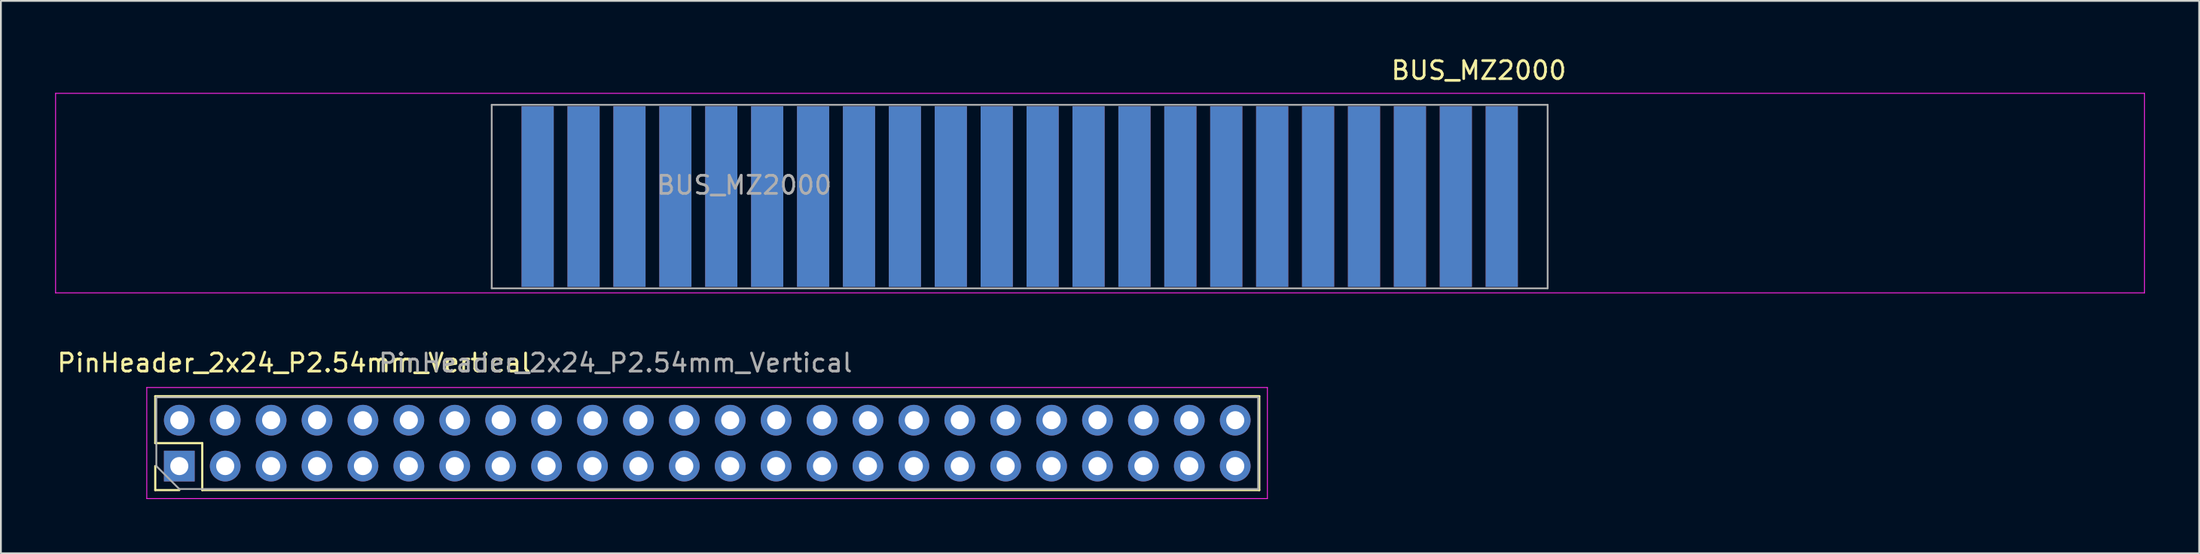
<source format=kicad_pcb>
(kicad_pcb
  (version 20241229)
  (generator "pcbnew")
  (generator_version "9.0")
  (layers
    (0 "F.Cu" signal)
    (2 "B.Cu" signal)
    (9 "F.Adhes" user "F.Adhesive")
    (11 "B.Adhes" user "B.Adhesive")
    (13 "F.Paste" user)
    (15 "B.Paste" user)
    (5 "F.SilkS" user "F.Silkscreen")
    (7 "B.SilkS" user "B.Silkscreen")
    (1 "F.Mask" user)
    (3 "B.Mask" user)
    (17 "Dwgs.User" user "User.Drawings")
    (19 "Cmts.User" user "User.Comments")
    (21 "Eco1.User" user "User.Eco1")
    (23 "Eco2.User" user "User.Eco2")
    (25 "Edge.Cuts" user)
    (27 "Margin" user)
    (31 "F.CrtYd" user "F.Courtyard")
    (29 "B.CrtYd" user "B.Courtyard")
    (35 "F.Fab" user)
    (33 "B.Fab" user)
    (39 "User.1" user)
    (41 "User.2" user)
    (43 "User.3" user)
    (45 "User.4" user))
  (footprint "PinHeader_2x24_P2.54mm_Vertical"
    (layer "F.Cu")
    (at 36.08 21.482)
    (property "Reference" "PinHeader_2x24_P2.54mm_Vertical" (at -22.86 -4.445 0) (layer "F.SilkS") (effects (font (size 1 1) (thickness 0.15))))
    (attr through_hole)
    (fp_line (start -30.54 -2.6) (end 30.54 -2.6) (stroke (width 0.12) (type solid)) (layer "F.SilkS"))
    (fp_line (start -30.54 0) (end -30.54 -2.6) (stroke (width 0.12) (type solid)) (layer "F.SilkS"))
    (fp_line (start -30.54 2.6) (end -30.54 1.27) (stroke (width 0.12) (type solid)) (layer "F.SilkS"))
    (fp_line (start -29.21 2.6) (end -30.54 2.6) (stroke (width 0.12) (type solid)) (layer "F.SilkS"))
    (fp_line (start -27.94 0) (end -30.54 0) (stroke (width 0.12) (type solid)) (layer "F.SilkS"))
    (fp_line (start -27.94 2.6) (end -27.94 0) (stroke (width 0.12) (type solid)) (layer "F.SilkS"))
    (fp_line (start -27.94 2.6) (end 30.54 2.6) (stroke (width 0.12) (type solid)) (layer "F.SilkS"))
    (fp_line (start 30.54 2.6) (end 30.54 -2.6) (stroke (width 0.12) (type solid)) (layer "F.SilkS"))
    (fp_line (start -31.01 -3.08) (end -31.01 3.07) (stroke (width 0.05) (type solid)) (layer "F.CrtYd"))
    (fp_line (start -31.01 3.07) (end 30.99 3.07) (stroke (width 0.05) (type solid)) (layer "F.CrtYd"))
    (fp_line (start 30.99 -3.08) (end -31.01 -3.08) (stroke (width 0.05) (type solid)) (layer "F.CrtYd"))
    (fp_line (start 30.99 3.07) (end 30.99 -3.08) (stroke (width 0.05) (type solid)) (layer "F.CrtYd"))
    (fp_line (start -30.48 -2.54) (end 30.48 -2.54) (stroke (width 0.1) (type solid)) (layer "F.Fab"))
    (fp_line (start -30.48 1.27) (end -30.48 -2.54) (stroke (width 0.1) (type solid)) (layer "F.Fab"))
    (fp_line (start -29.21 2.54) (end -30.48 1.27) (stroke (width 0.1) (type solid)) (layer "F.Fab"))
    (fp_line (start 30.48 -2.54) (end 30.48 2.54) (stroke (width 0.1) (type solid)) (layer "F.Fab"))
    (fp_line (start 30.48 2.54) (end -29.21 2.54) (stroke (width 0.1) (type solid)) (layer "F.Fab"))
    (fp_text user "${REFERENCE}" (at -5.08 -4.445 180) (layer "F.Fab") (effects (font (size 1 1) (thickness 0.15))))
    (pad "45" thru_hole oval (at 26.67 1.27 90) (size 1.7 1.7) (drill 1) (layers "*.Cu" "*.Mask"))
    (pad "46" thru_hole oval (at 26.67 -1.27 90) (size 1.7 1.7) (drill 1) (layers "*.Cu" "*.Mask"))
    (pad "47" thru_hole oval (at 29.21 1.27 90) (size 1.7 1.7) (drill 1) (layers "*.Cu" "*.Mask"))
    (pad "48" thru_hole oval (at 29.21 -1.27 90) (size 1.7 1.7) (drill 1) (layers "*.Cu" "*.Mask"))
    (pad "a1" thru_hole oval (at -29.21 -1.27 90) (size 1.7 1.7) (drill 1) (layers "*.Cu" "*.Mask"))
    (pad "a2" thru_hole oval (at -26.67 -1.27 90) (size 1.7 1.7) (drill 1) (layers "*.Cu" "*.Mask"))
    (pad "a3" thru_hole oval (at -24.13 -1.27 90) (size 1.7 1.7) (drill 1) (layers "*.Cu" "*.Mask"))
    (pad "a4" thru_hole oval (at -21.59 -1.27 90) (size 1.7 1.7) (drill 1) (layers "*.Cu" "*.Mask"))
    (pad "a5" thru_hole oval (at -19.05 -1.27 90) (size 1.7 1.7) (drill 1) (layers "*.Cu" "*.Mask"))
    (pad "a6" thru_hole oval (at -16.51 -1.27 90) (size 1.7 1.7) (drill 1) (layers "*.Cu" "*.Mask"))
    (pad "a7" thru_hole oval (at -13.97 -1.27 90) (size 1.7 1.7) (drill 1) (layers "*.Cu" "*.Mask"))
    (pad "a8" thru_hole oval (at -11.43 -1.27 90) (size 1.7 1.7) (drill 1) (layers "*.Cu" "*.Mask"))
    (pad "a9" thru_hole oval (at -8.89 -1.27 90) (size 1.7 1.7) (drill 1) (layers "*.Cu" "*.Mask"))
    (pad "a10" thru_hole oval (at -6.35 -1.27 90) (size 1.7 1.7) (drill 1) (layers "*.Cu" "*.Mask"))
    (pad "a11" thru_hole oval (at -3.81 -1.27 90) (size 1.7 1.7) (drill 1) (layers "*.Cu" "*.Mask"))
    (pad "a12" thru_hole oval (at -1.27 -1.27 90) (size 1.7 1.7) (drill 1) (layers "*.Cu" "*.Mask"))
    (pad "a13" thru_hole oval (at 1.27 -1.27 90) (size 1.7 1.7) (drill 1) (layers "*.Cu" "*.Mask"))
    (pad "a14" thru_hole oval (at 3.81 -1.27 90) (size 1.7 1.7) (drill 1) (layers "*.Cu" "*.Mask"))
    (pad "a15" thru_hole oval (at 6.35 -1.27 90) (size 1.7 1.7) (drill 1) (layers "*.Cu" "*.Mask"))
    (pad "a16" thru_hole oval (at 8.89 -1.27 90) (size 1.7 1.7) (drill 1) (layers "*.Cu" "*.Mask"))
    (pad "a17" thru_hole oval (at 11.43 -1.27 90) (size 1.7 1.7) (drill 1) (layers "*.Cu" "*.Mask"))
    (pad "a18" thru_hole oval (at 13.97 -1.27 90) (size 1.7 1.7) (drill 1) (layers "*.Cu" "*.Mask"))
    (pad "a19" thru_hole oval (at 16.51 -1.27 90) (size 1.7 1.7) (drill 1) (layers "*.Cu" "*.Mask"))
    (pad "a20" thru_hole oval (at 19.05 -1.27 90) (size 1.7 1.7) (drill 1) (layers "*.Cu" "*.Mask"))
    (pad "a21" thru_hole oval (at 21.59 -1.27 90) (size 1.7 1.7) (drill 1) (layers "*.Cu" "*.Mask"))
    (pad "a22" thru_hole oval (at 24.13 -1.27 90) (size 1.7 1.7) (drill 1) (layers "*.Cu" "*.Mask"))
    (pad "b1" thru_hole rect (at -29.21 1.27 90) (size 1.7 1.7) (drill 1) (layers "*.Cu" "*.Mask"))
    (pad "b2" thru_hole oval (at -26.67 1.27 90) (size 1.7 1.7) (drill 1) (layers "*.Cu" "*.Mask"))
    (pad "b3" thru_hole oval (at -24.13 1.27 90) (size 1.7 1.7) (drill 1) (layers "*.Cu" "*.Mask"))
    (pad "b4" thru_hole oval (at -21.59 1.27 90) (size 1.7 1.7) (drill 1) (layers "*.Cu" "*.Mask"))
    (pad "b5" thru_hole oval (at -19.05 1.27 90) (size 1.7 1.7) (drill 1) (layers "*.Cu" "*.Mask"))
    (pad "b6" thru_hole oval (at -16.51 1.27 90) (size 1.7 1.7) (drill 1) (layers "*.Cu" "*.Mask"))
    (pad "b7" thru_hole oval (at -13.97 1.27 90) (size 1.7 1.7) (drill 1) (layers "*.Cu" "*.Mask"))
    (pad "b8" thru_hole oval (at -11.43 1.27 90) (size 1.7 1.7) (drill 1) (layers "*.Cu" "*.Mask"))
    (pad "b9" thru_hole oval (at -8.89 1.27 90) (size 1.7 1.7) (drill 1) (layers "*.Cu" "*.Mask"))
    (pad "b10" thru_hole oval (at -6.35 1.27 90) (size 1.7 1.7) (drill 1) (layers "*.Cu" "*.Mask"))
    (pad "b11" thru_hole oval (at -3.81 1.27 90) (size 1.7 1.7) (drill 1) (layers "*.Cu" "*.Mask"))
    (pad "b12" thru_hole oval (at -1.27 1.27 90) (size 1.7 1.7) (drill 1) (layers "*.Cu" "*.Mask"))
    (pad "b13" thru_hole oval (at 1.27 1.27 90) (size 1.7 1.7) (drill 1) (layers "*.Cu" "*.Mask"))
    (pad "b14" thru_hole oval (at 3.81 1.27 90) (size 1.7 1.7) (drill 1) (layers "*.Cu" "*.Mask"))
    (pad "b15" thru_hole oval (at 6.35 1.27 90) (size 1.7 1.7) (drill 1) (layers "*.Cu" "*.Mask"))
    (pad "b16" thru_hole oval (at 8.89 1.27 90) (size 1.7 1.7) (drill 1) (layers "*.Cu" "*.Mask"))
    (pad "b17" thru_hole oval (at 11.43 1.27 90) (size 1.7 1.7) (drill 1) (layers "*.Cu" "*.Mask"))
    (pad "b18" thru_hole oval (at 13.97 1.27 90) (size 1.7 1.7) (drill 1) (layers "*.Cu" "*.Mask"))
    (pad "b19" thru_hole oval (at 16.51 1.27 90) (size 1.7 1.7) (drill 1) (layers "*.Cu" "*.Mask"))
    (pad "b20" thru_hole oval (at 19.05 1.27 90) (size 1.7 1.7) (drill 1) (layers "*.Cu" "*.Mask"))
    (pad "b21" thru_hole oval (at 21.59 1.27 90) (size 1.7 1.7) (drill 1) (layers "*.Cu" "*.Mask"))
    (pad "b22" thru_hole oval (at 24.13 1.27 90) (size 1.7 1.7) (drill 1) (layers "*.Cu" "*.Mask")))
  (footprint "BUS_MZ2000"
    (layer "F.Cu")
    (at 102.895 9.103)
    (property "Reference" "BUS_MZ2000" (at -24.13 -8.255 0) (layer "F.SilkS") (effects (font (size 1 1) (thickness 0.15))))
    (attr exclude_from_pos_files exclude_from_bom)
    (fp_line (start -102.87 -6.985) (end 12.7 -6.985) (stroke (width 0.05) (type solid)) (layer "F.CrtYd"))
    (fp_line (start -102.87 4.06) (end -102.87 -6.985) (stroke (width 0.05) (type solid)) (layer "F.CrtYd"))
    (fp_line (start 12.7 4.06) (end -102.87 4.06) (stroke (width 0.05) (type solid)) (layer "F.CrtYd"))
    (fp_line (start 12.7 4.06) (end 12.7 -6.985) (stroke (width 0.05) (type solid)) (layer "F.CrtYd"))
    (fp_line (start -78.74 -6.35) (end -78.74 3.81) (stroke (width 0.1) (type solid)) (layer "F.Fab"))
    (fp_line (start -78.74 -6.35) (end -20.32 -6.35) (stroke (width 0.1) (type solid)) (layer "F.Fab"))
    (fp_line (start -20.32 -6.35) (end -20.32 3.81) (stroke (width 0.1) (type solid)) (layer "F.Fab"))
    (fp_line (start -20.32 3.81) (end -78.74 3.81) (stroke (width 0.1) (type solid)) (layer "F.Fab"))
    (fp_text user "${REFERENCE}" (at -64.77 -1.905 0) (layer "F.Fab") (effects (font (size 1 1) (thickness 0.15))))
    (pad "a1" connect rect (at -76.2 -1.27) (size 1.78 10) (layers "F.Cu" "F.Mask"))
    (pad "a2" connect rect (at -73.66 -1.27) (size 1.78 10) (layers "F.Cu" "F.Mask"))
    (pad "a3" connect rect (at -71.12 -1.27) (size 1.78 10) (layers "F.Cu" "F.Mask"))
    (pad "a4" connect rect (at -68.58 -1.27) (size 1.78 10) (layers "F.Cu" "F.Mask"))
    (pad "a5" connect rect (at -66.04 -1.27) (size 1.78 10) (layers "F.Cu" "F.Mask"))
    (pad "a6" connect rect (at -63.5 -1.27) (size 1.78 10) (layers "F.Cu" "F.Mask"))
    (pad "a7" connect rect (at -60.96 -1.27) (size 1.78 10) (layers "F.Cu" "F.Mask"))
    (pad "a8" connect rect (at -58.42 -1.27) (size 1.78 10) (layers "F.Cu" "F.Mask"))
    (pad "a9" connect rect (at -55.88 -1.27) (size 1.78 10) (layers "F.Cu" "F.Mask"))
    (pad "a10" connect rect (at -53.34 -1.27) (size 1.78 10) (layers "F.Cu" "F.Mask"))
    (pad "a11" connect rect (at -50.8 -1.27) (size 1.78 10) (layers "F.Cu" "F.Mask"))
    (pad "a12" connect rect (at -48.26 -1.27) (size 1.78 10) (layers "F.Cu" "F.Mask"))
    (pad "a13" connect rect (at -45.72 -1.27) (size 1.78 10) (layers "F.Cu" "F.Mask"))
    (pad "a14" connect rect (at -43.18 -1.27) (size 1.78 10) (layers "F.Cu" "F.Mask"))
    (pad "a15" connect rect (at -40.64 -1.27) (size 1.78 10) (layers "F.Cu" "F.Mask"))
    (pad "a16" connect rect (at -38.1 -1.27) (size 1.78 10) (layers "F.Cu" "F.Mask"))
    (pad "a17" connect rect (at -35.56 -1.27) (size 1.78 10) (layers "F.Cu" "F.Mask"))
    (pad "a18" connect rect (at -33.02 -1.27) (size 1.78 10) (layers "F.Cu" "F.Mask"))
    (pad "a19" connect rect (at -30.48 -1.27) (size 1.78 10) (layers "F.Cu" "F.Mask"))
    (pad "a20" connect rect (at -27.94 -1.27) (size 1.78 10) (layers "F.Cu" "F.Mask"))
    (pad "a21" connect rect (at -25.4 -1.27) (size 1.78 10) (layers "F.Cu" "F.Mask"))
    (pad "a22" connect rect (at -22.86 -1.27) (size 1.78 10) (layers "F.Cu" "F.Mask"))
    (pad "b1" connect rect (at -76.2 -1.27) (size 1.78 10) (layers "B.Cu" "B.Mask"))
    (pad "b2" connect rect (at -73.66 -1.27) (size 1.78 10) (layers "B.Cu" "B.Mask"))
    (pad "b3" connect rect (at -71.12 -1.27) (size 1.78 10) (layers "B.Cu" "B.Mask"))
    (pad "b4" connect rect (at -68.58 -1.27) (size 1.78 10) (layers "B.Cu" "B.Mask"))
    (pad "b5" connect rect (at -66.04 -1.27) (size 1.78 10) (layers "B.Cu" "B.Mask"))
    (pad "b6" connect rect (at -63.5 -1.27) (size 1.78 10) (layers "B.Cu" "B.Mask"))
    (pad "b7" connect rect (at -60.96 -1.27) (size 1.78 10) (layers "B.Cu" "B.Mask"))
    (pad "b8" connect rect (at -58.42 -1.27) (size 1.78 10) (layers "B.Cu" "B.Mask"))
    (pad "b9" connect rect (at -55.88 -1.27) (size 1.78 10) (layers "B.Cu" "B.Mask"))
    (pad "b10" connect rect (at -53.34 -1.27) (size 1.78 10) (layers "B.Cu" "B.Mask"))
    (pad "b11" connect rect (at -50.8 -1.27) (size 1.78 10) (layers "B.Cu" "B.Mask"))
    (pad "b12" connect rect (at -48.26 -1.27) (size 1.78 10) (layers "B.Cu" "B.Mask"))
    (pad "b13" connect rect (at -45.72 -1.27) (size 1.78 10) (layers "B.Cu" "B.Mask"))
    (pad "b14" connect rect (at -43.18 -1.27) (size 1.78 10) (layers "B.Cu" "B.Mask"))
    (pad "b15" connect rect (at -40.64 -1.27) (size 1.78 10) (layers "B.Cu" "B.Mask"))
    (pad "b16" connect rect (at -38.1 -1.27) (size 1.78 10) (layers "B.Cu" "B.Mask"))
    (pad "b17" connect rect (at -35.56 -1.27) (size 1.78 10) (layers "B.Cu" "B.Mask"))
    (pad "b18" connect rect (at -33.02 -1.27) (size 1.78 10) (layers "B.Cu" "B.Mask"))
    (pad "b19" connect rect (at -30.48 -1.27) (size 1.78 10) (layers "B.Cu" "B.Mask"))
    (pad "b20" connect rect (at -27.94 -1.27) (size 1.78 10) (layers "B.Cu" "B.Mask"))
    (pad "b21" connect rect (at -25.4 -1.27) (size 1.78 10) (layers "B.Cu" "B.Mask"))
    (pad "b22" connect rect (at -22.86 -1.27) (size 1.78 10) (layers "B.Cu" "B.Mask")))
  (gr_rect
    (start -3 -3)
    (end 118.62 27.576)
    (stroke (width 0.1) (type default))
    (fill no)
    (layer "Edge.Cuts")))
</source>
